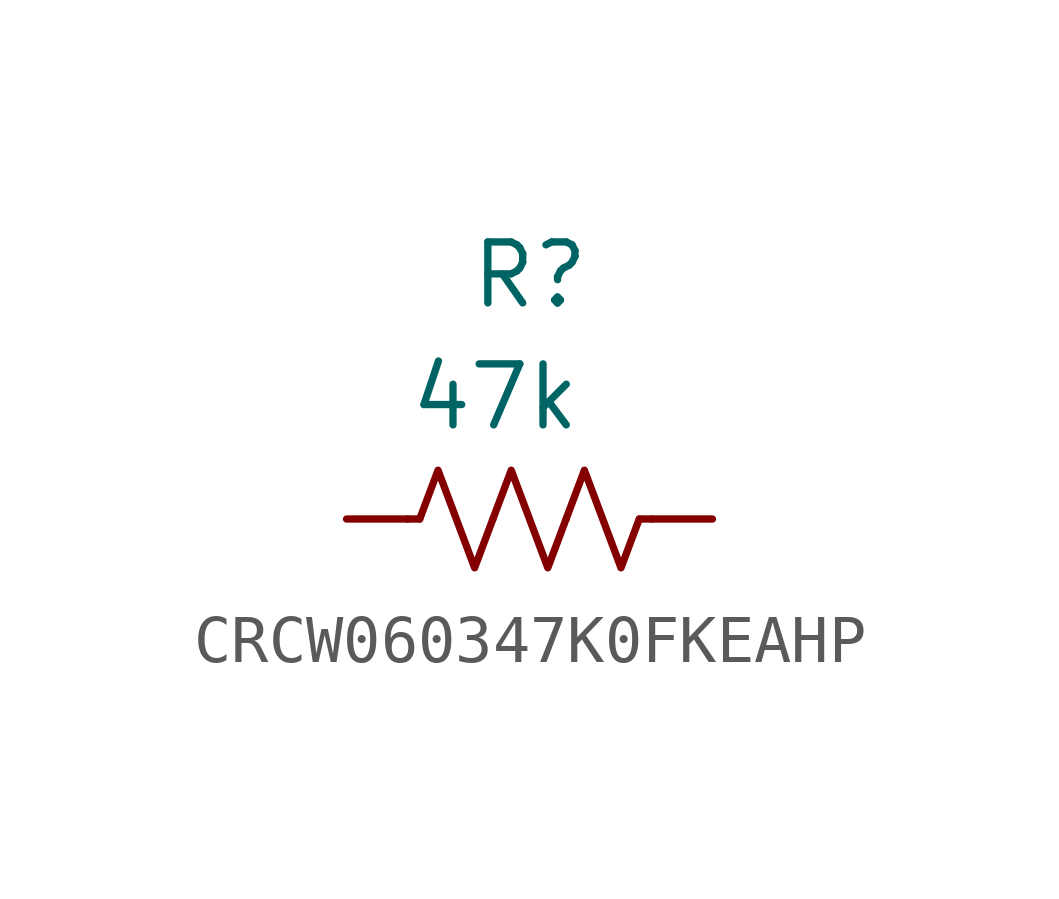
<source format=kicad_sym>
(kicad_symbol_lib
  (version 20220914)
  (generator kicad_symbol_editor)
  (symbol "CRCW060347K0FKEAHP"
    (pin_numbers hide)
    (pin_names
      (offset 1.016) hide)
    (property "Reference" "R"
      (at 5.08 5.08 0)
      (effects (font (size 1.27 1.27)) (justify left)))
    (property "Value" "47k"
      (at 3.81 2.54 0)
      (effects (font (size 1.27 1.27)) (justify left)))
    (symbol "CRCW060347K0FKEAHP_0_1"
      (polyline (pts (xy 4.064 0) (xy 3.81 0)) (stroke (width 0) (type default)) (fill (type none)))
      (polyline (pts (xy 8.636 0) (xy 8.89 0)) (stroke (width 0) (type default)) (fill (type none)))
      (polyline (pts (xy 4.064 0) (xy 4.445 1.016) (xy 4.826 0) (xy 5.207 -1.016) (xy 5.588 0)) (stroke (width 0) (type default)) (fill (type none)))
      (polyline (pts (xy 5.588 0) (xy 5.969 1.016) (xy 6.35 0) (xy 6.731 -1.016) (xy 7.112 0)) (stroke (width 0) (type default)) (fill (type none)))
      (polyline (pts (xy 7.112 0) (xy 7.493 1.016) (xy 7.874 0) (xy 8.255 -1.016) (xy 8.636 0)) (stroke (width 0) (type default)) (fill (type none))))
    (symbol "CRCW060347K0FKEAHP_1_1"
      (pin passive line (at 2.54 0 0) (length 1.27) (name "" (effects (font (size 1.27 1.27)))) (number "1" (effects (font (size 1.27 1.27)))))
      (pin passive line (at 10.16 0 180) (length 1.27) (name "" (effects (font (size 1.27 1.27)))) (number "2" (effects (font (size 1.27 1.27))))))))
</source>
